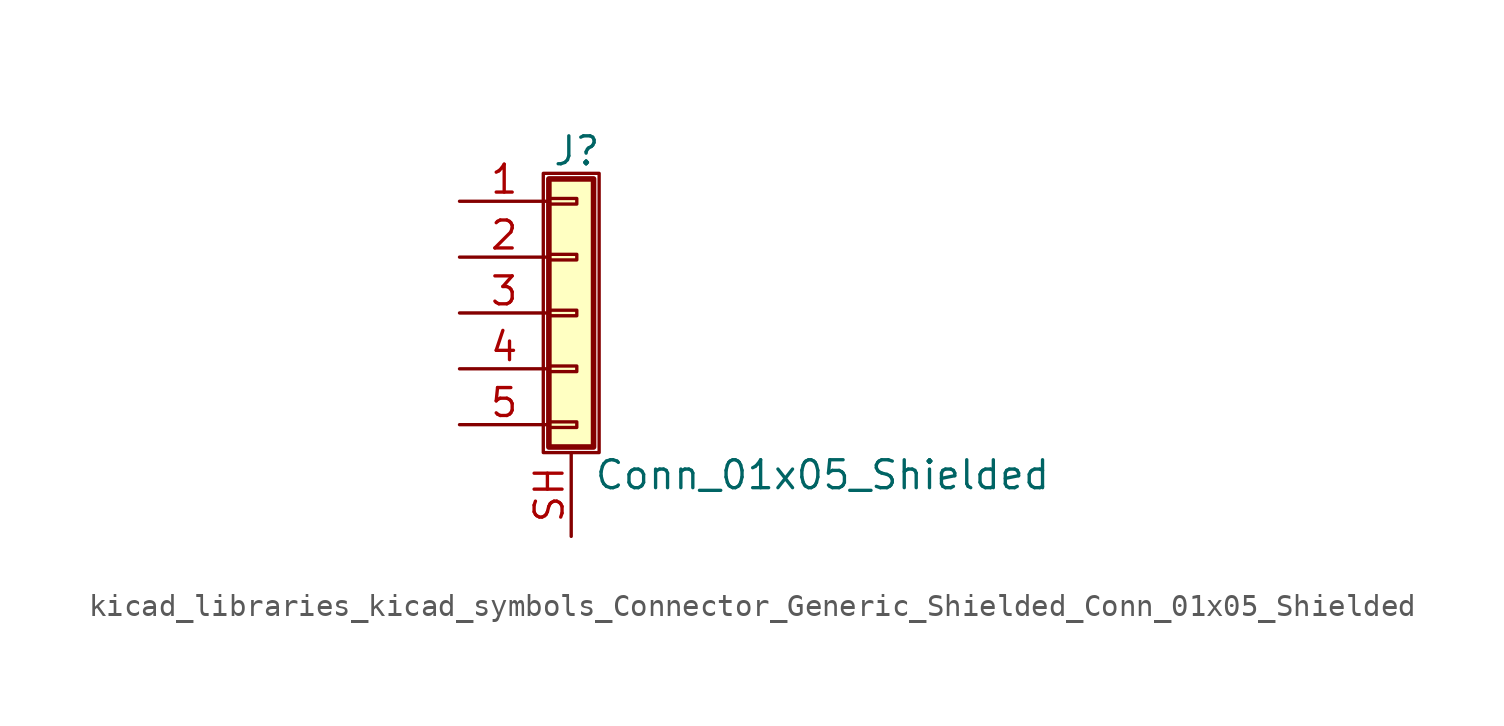
<source format=kicad_sym>
(kicad_symbol_lib
  (version 20220914)
  (generator kicad_symbol_editor)
  (symbol "kicad_libraries_kicad_symbols_Connector_Generic_Shielded_Conn_01x05_Shielded"
    (pin_names
      (offset 1.016) hide)
    (property "Reference" "J"
      (at 0.254 7.366 0)
      (effects (font (size 1.27 1.27))))
    (property "Value" "Conn_01x05_Shielded"
      (at 1.016 -7.366 0)
      (effects (font (size 1.27 1.27)) (justify left)))
    (symbol "kicad_libraries_kicad_symbols_Connector_Generic_Shielded_Conn_01x05_Shielded_1_1"
      (rectangle (start -1.27 6.35) (end 1.27 -6.35) (stroke (width 0.152) (type default)) (fill (type none)))
      (rectangle (start -1.016 -4.953) (end 0.254 -5.207) (stroke (width 0.152) (type default)) (fill (type none)))
      (rectangle (start -1.016 -2.413) (end 0.254 -2.667) (stroke (width 0.152) (type default)) (fill (type none)))
      (rectangle (start -1.016 0.127) (end 0.254 -0.127) (stroke (width 0.152) (type default)) (fill (type none)))
      (rectangle (start -1.016 2.667) (end 0.254 2.413) (stroke (width 0.152) (type default)) (fill (type none)))
      (rectangle (start -1.016 5.207) (end 0.254 4.953) (stroke (width 0.152) (type default)) (fill (type none)))
      (rectangle (start -1.016 6.096) (end 1.016 -6.096) (stroke (width 0.254) (type default)) (fill (type background)))
      (pin passive line (at -5.08 5.08 0) (length 4.064) (name "Pin_1" (effects (font (size 1.27 1.27)))) (number "1" (effects (font (size 1.27 1.27)))))
      (pin passive line (at -5.08 2.54 0) (length 4.064) (name "Pin_2" (effects (font (size 1.27 1.27)))) (number "2" (effects (font (size 1.27 1.27)))))
      (pin passive line (at -5.08 0 0) (length 4.064) (name "Pin_3" (effects (font (size 1.27 1.27)))) (number "3" (effects (font (size 1.27 1.27)))))
      (pin passive line (at -5.08 -2.54 0) (length 4.064) (name "Pin_4" (effects (font (size 1.27 1.27)))) (number "4" (effects (font (size 1.27 1.27)))))
      (pin passive line (at -5.08 -5.08 0) (length 4.064) (name "Pin_5" (effects (font (size 1.27 1.27)))) (number "5" (effects (font (size 1.27 1.27)))))
      (pin passive line (at 0 -10.16 90) (length 3.81) (name "Shield" (effects (font (size 1.27 1.27)))) (number "SH" (effects (font (size 1.27 1.27))))))))
</source>
